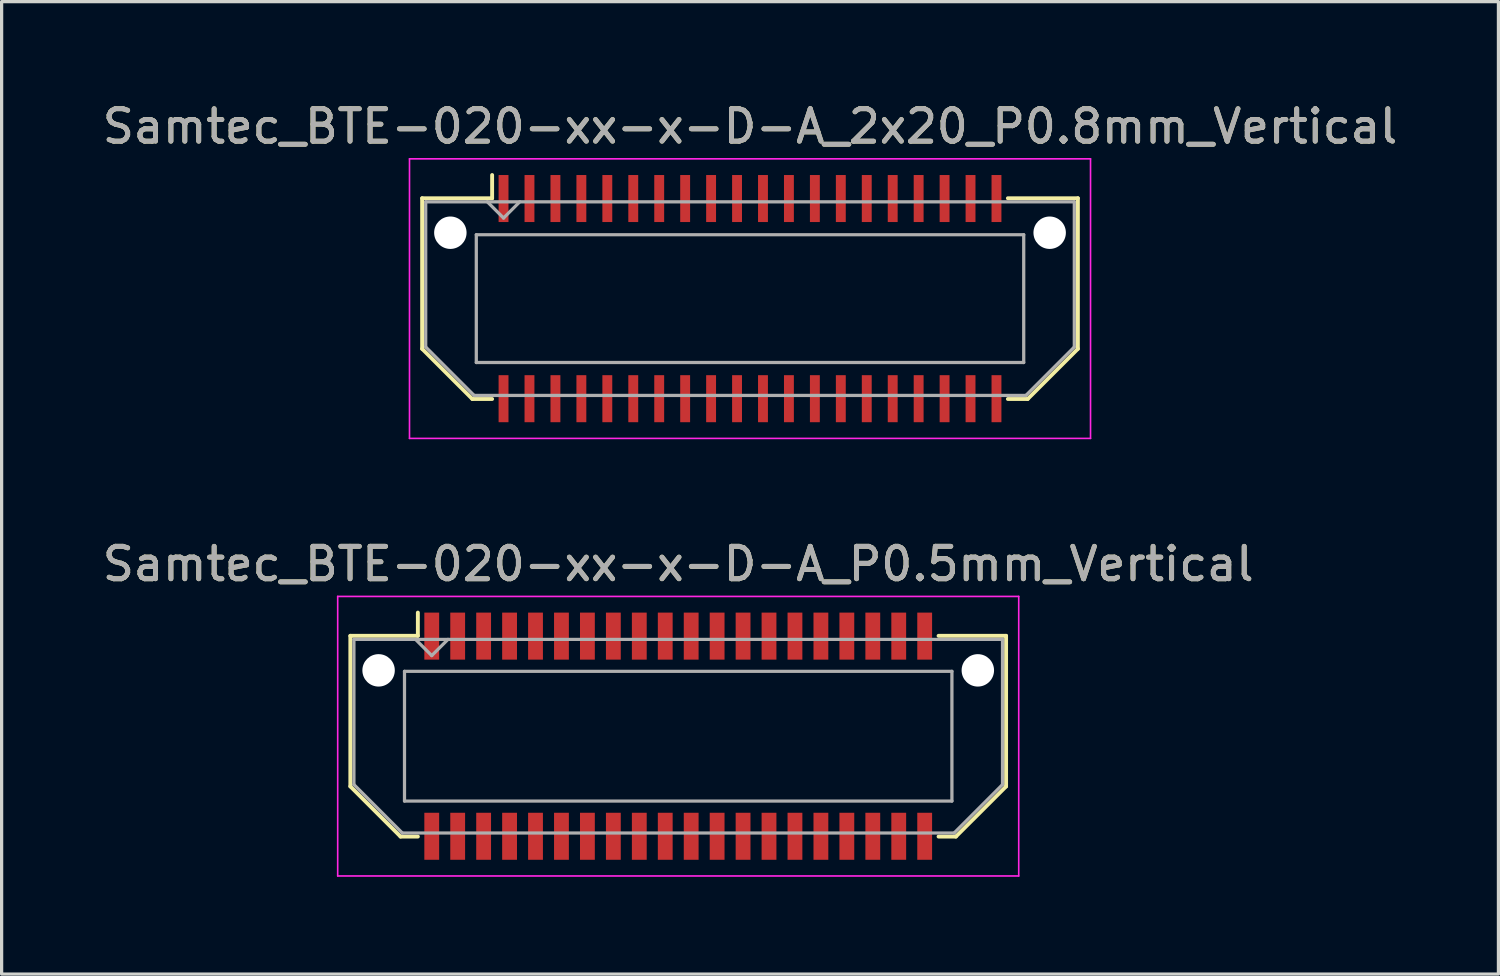
<source format=kicad_pcb>
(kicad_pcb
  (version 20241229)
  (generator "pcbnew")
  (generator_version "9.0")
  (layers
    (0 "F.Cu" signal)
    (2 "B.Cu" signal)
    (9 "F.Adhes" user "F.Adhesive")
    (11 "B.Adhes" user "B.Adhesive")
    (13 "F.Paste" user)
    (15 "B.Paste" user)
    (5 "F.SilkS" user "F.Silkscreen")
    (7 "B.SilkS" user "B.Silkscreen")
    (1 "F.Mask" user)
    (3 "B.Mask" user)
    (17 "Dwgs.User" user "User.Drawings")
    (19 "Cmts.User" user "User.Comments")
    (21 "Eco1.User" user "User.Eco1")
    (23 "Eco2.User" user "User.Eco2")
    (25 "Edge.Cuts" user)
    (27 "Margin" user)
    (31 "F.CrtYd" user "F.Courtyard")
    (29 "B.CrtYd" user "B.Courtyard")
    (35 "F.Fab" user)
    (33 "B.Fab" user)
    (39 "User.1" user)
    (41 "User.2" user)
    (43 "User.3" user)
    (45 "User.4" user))
  (footprint "Samtec_BTE-020-xx-x-D-A_2x20_P0.8mm_Vertical"
    (layer "F.Cu")
    (at 20.077 6.158)
    (property "Reference" "Samtec_BTE-020-xx-x-D-A_2x20_P0.8mm_Vertical" (at 0 -5.31 0) (layer "F.SilkS") (effects (font (size 1 1) (thickness 0.15))))
    (attr smd)
    (fp_line (start -10.11 -3.095) (end -10.11 1.548) (stroke (width 0.12) (type solid)) (layer "F.SilkS"))
    (fp_line (start -10.11 1.548) (end -8.562 3.095) (stroke (width 0.12) (type solid)) (layer "F.SilkS"))
    (fp_line (start -8.562 3.095) (end -7.952 3.095) (stroke (width 0.12) (type solid)) (layer "F.SilkS"))
    (fp_line (start -7.952 -3.811) (end -7.952 -3.095) (stroke (width 0.12) (type solid)) (layer "F.SilkS"))
    (fp_line (start -7.952 -3.095) (end -10.11 -3.095) (stroke (width 0.12) (type solid)) (layer "F.SilkS"))
    (fp_line (start 7.952 -3.095) (end 10.11 -3.095) (stroke (width 0.12) (type solid)) (layer "F.SilkS"))
    (fp_line (start 8.562 3.095) (end 7.952 3.095) (stroke (width 0.12) (type solid)) (layer "F.SilkS"))
    (fp_line (start 10.11 -3.095) (end 10.11 1.548) (stroke (width 0.12) (type solid)) (layer "F.SilkS"))
    (fp_line (start 10.11 1.548) (end 8.562 3.095) (stroke (width 0.12) (type solid)) (layer "F.SilkS"))
    (fp_line (start -10.5 -4.31) (end -10.5 4.31) (stroke (width 0.05) (type solid)) (layer "F.CrtYd"))
    (fp_line (start -10.5 4.31) (end 10.5 4.31) (stroke (width 0.05) (type solid)) (layer "F.CrtYd"))
    (fp_line (start 10.5 -4.31) (end -10.5 -4.31) (stroke (width 0.05) (type solid)) (layer "F.CrtYd"))
    (fp_line (start 10.5 4.31) (end 10.5 -4.31) (stroke (width 0.05) (type solid)) (layer "F.CrtYd"))
    (fp_line (start -10 -2.985) (end -10 1.492) (stroke (width 0.1) (type solid)) (layer "F.Fab"))
    (fp_line (start -10 -2.985) (end 10 -2.985) (stroke (width 0.1) (type solid)) (layer "F.Fab"))
    (fp_line (start -10 1.492) (end -8.508 2.985) (stroke (width 0.1) (type solid)) (layer "F.Fab"))
    (fp_line (start -8.508 2.985) (end 8.508 2.985) (stroke (width 0.1) (type solid)) (layer "F.Fab"))
    (fp_line (start -8.44 -1.97) (end -8.44 1.97) (stroke (width 0.1) (type solid)) (layer "F.Fab"))
    (fp_line (start -8.44 1.97) (end 8.44 1.97) (stroke (width 0.1) (type solid)) (layer "F.Fab"))
    (fp_line (start -7.6 -2.485) (end -8.1 -2.985) (stroke (width 0.1) (type solid)) (layer "F.Fab"))
    (fp_line (start -7.1 -2.985) (end -7.6 -2.485) (stroke (width 0.1) (type solid)) (layer "F.Fab"))
    (fp_line (start 8.44 -1.97) (end -8.44 -1.97) (stroke (width 0.1) (type solid)) (layer "F.Fab"))
    (fp_line (start 8.44 1.97) (end 8.44 -1.97) (stroke (width 0.1) (type solid)) (layer "F.Fab"))
    (fp_line (start 10 -2.985) (end 10 1.492) (stroke (width 0.1) (type solid)) (layer "F.Fab"))
    (fp_line (start 10 1.492) (end 8.508 2.985) (stroke (width 0.1) (type solid)) (layer "F.Fab"))
    (fp_text user "${REFERENCE}" (at 0 -5.31 0) (layer "F.Fab") (effects (font (size 1 1) (thickness 0.15))))
    (pad "" np_thru_hole circle (at -9.24 -2.032) (size 1 1) (drill 1) (layers "*.Cu" "*.Mask"))
    (pad "" np_thru_hole circle (at 9.24 -2.032) (size 1 1) (drill 1) (layers "*.Cu" "*.Mask"))
    (pad "1" smd rect (at -7.6 -3.086) (size 0.305 1.45) (layers "F.Cu" "F.Mask" "F.Paste"))
    (pad "2" smd rect (at -7.6 3.086) (size 0.305 1.45) (layers "F.Cu" "F.Mask" "F.Paste"))
    (pad "3" smd rect (at -6.8 -3.086) (size 0.305 1.45) (layers "F.Cu" "F.Mask" "F.Paste"))
    (pad "4" smd rect (at -6.8 3.086) (size 0.305 1.45) (layers "F.Cu" "F.Mask" "F.Paste"))
    (pad "5" smd rect (at -6 -3.086) (size 0.305 1.45) (layers "F.Cu" "F.Mask" "F.Paste"))
    (pad "6" smd rect (at -6 3.086) (size 0.305 1.45) (layers "F.Cu" "F.Mask" "F.Paste"))
    (pad "7" smd rect (at -5.2 -3.086) (size 0.305 1.45) (layers "F.Cu" "F.Mask" "F.Paste"))
    (pad "8" smd rect (at -5.2 3.086) (size 0.305 1.45) (layers "F.Cu" "F.Mask" "F.Paste"))
    (pad "9" smd rect (at -4.4 -3.086) (size 0.305 1.45) (layers "F.Cu" "F.Mask" "F.Paste"))
    (pad "10" smd rect (at -4.4 3.086) (size 0.305 1.45) (layers "F.Cu" "F.Mask" "F.Paste"))
    (pad "11" smd rect (at -3.6 -3.086) (size 0.305 1.45) (layers "F.Cu" "F.Mask" "F.Paste"))
    (pad "12" smd rect (at -3.6 3.086) (size 0.305 1.45) (layers "F.Cu" "F.Mask" "F.Paste"))
    (pad "13" smd rect (at -2.8 -3.086) (size 0.305 1.45) (layers "F.Cu" "F.Mask" "F.Paste"))
    (pad "14" smd rect (at -2.8 3.086) (size 0.305 1.45) (layers "F.Cu" "F.Mask" "F.Paste"))
    (pad "15" smd rect (at -2 -3.086) (size 0.305 1.45) (layers "F.Cu" "F.Mask" "F.Paste"))
    (pad "16" smd rect (at -2 3.086) (size 0.305 1.45) (layers "F.Cu" "F.Mask" "F.Paste"))
    (pad "17" smd rect (at -1.2 -3.086) (size 0.305 1.45) (layers "F.Cu" "F.Mask" "F.Paste"))
    (pad "18" smd rect (at -1.2 3.086) (size 0.305 1.45) (layers "F.Cu" "F.Mask" "F.Paste"))
    (pad "19" smd rect (at -0.4 -3.086) (size 0.305 1.45) (layers "F.Cu" "F.Mask" "F.Paste"))
    (pad "20" smd rect (at -0.4 3.086) (size 0.305 1.45) (layers "F.Cu" "F.Mask" "F.Paste"))
    (pad "21" smd rect (at 0.4 -3.086) (size 0.305 1.45) (layers "F.Cu" "F.Mask" "F.Paste"))
    (pad "22" smd rect (at 0.4 3.086) (size 0.305 1.45) (layers "F.Cu" "F.Mask" "F.Paste"))
    (pad "23" smd rect (at 1.2 -3.086) (size 0.305 1.45) (layers "F.Cu" "F.Mask" "F.Paste"))
    (pad "24" smd rect (at 1.2 3.086) (size 0.305 1.45) (layers "F.Cu" "F.Mask" "F.Paste"))
    (pad "25" smd rect (at 2 -3.086) (size 0.305 1.45) (layers "F.Cu" "F.Mask" "F.Paste"))
    (pad "26" smd rect (at 2 3.086) (size 0.305 1.45) (layers "F.Cu" "F.Mask" "F.Paste"))
    (pad "27" smd rect (at 2.8 -3.086) (size 0.305 1.45) (layers "F.Cu" "F.Mask" "F.Paste"))
    (pad "28" smd rect (at 2.8 3.086) (size 0.305 1.45) (layers "F.Cu" "F.Mask" "F.Paste"))
    (pad "29" smd rect (at 3.6 -3.086) (size 0.305 1.45) (layers "F.Cu" "F.Mask" "F.Paste"))
    (pad "30" smd rect (at 3.6 3.086) (size 0.305 1.45) (layers "F.Cu" "F.Mask" "F.Paste"))
    (pad "31" smd rect (at 4.4 -3.086) (size 0.305 1.45) (layers "F.Cu" "F.Mask" "F.Paste"))
    (pad "32" smd rect (at 4.4 3.086) (size 0.305 1.45) (layers "F.Cu" "F.Mask" "F.Paste"))
    (pad "33" smd rect (at 5.2 -3.086) (size 0.305 1.45) (layers "F.Cu" "F.Mask" "F.Paste"))
    (pad "34" smd rect (at 5.2 3.086) (size 0.305 1.45) (layers "F.Cu" "F.Mask" "F.Paste"))
    (pad "35" smd rect (at 6 -3.086) (size 0.305 1.45) (layers "F.Cu" "F.Mask" "F.Paste"))
    (pad "36" smd rect (at 6 3.086) (size 0.305 1.45) (layers "F.Cu" "F.Mask" "F.Paste"))
    (pad "37" smd rect (at 6.8 -3.086) (size 0.305 1.45) (layers "F.Cu" "F.Mask" "F.Paste"))
    (pad "38" smd rect (at 6.8 3.086) (size 0.305 1.45) (layers "F.Cu" "F.Mask" "F.Paste"))
    (pad "39" smd rect (at 7.6 -3.086) (size 0.305 1.45) (layers "F.Cu" "F.Mask" "F.Paste"))
    (pad "40" smd rect (at 7.6 3.086) (size 0.305 1.45) (layers "F.Cu" "F.Mask" "F.Paste")))
  (footprint "Samtec_BTE-020-xx-x-D-A_P0.5mm_Vertical"
    (layer "F.Cu")
    (at 17.863 19.651)
    (property "Reference" "Samtec_BTE-020-xx-x-D-A_P0.5mm_Vertical" (at 0 -5.31 0) (layer "F.SilkS") (effects (font (size 1 1) (thickness 0.15))))
    (attr smd)
    (fp_line (start -10.11 -3.095) (end -10.11 1.548) (stroke (width 0.12) (type solid)) (layer "F.SilkS"))
    (fp_line (start -10.11 1.548) (end -8.562 3.095) (stroke (width 0.12) (type solid)) (layer "F.SilkS"))
    (fp_line (start -8.562 3.095) (end -8.028 3.095) (stroke (width 0.12) (type solid)) (layer "F.SilkS"))
    (fp_line (start -8.028 -3.811) (end -8.028 -3.095) (stroke (width 0.12) (type solid)) (layer "F.SilkS"))
    (fp_line (start -8.028 -3.095) (end -10.11 -3.095) (stroke (width 0.12) (type solid)) (layer "F.SilkS"))
    (fp_line (start 8.028 -3.095) (end 10.11 -3.095) (stroke (width 0.12) (type solid)) (layer "F.SilkS"))
    (fp_line (start 8.562 3.095) (end 8.028 3.095) (stroke (width 0.12) (type solid)) (layer "F.SilkS"))
    (fp_line (start 10.11 -3.095) (end 10.11 1.548) (stroke (width 0.12) (type solid)) (layer "F.SilkS"))
    (fp_line (start 10.11 1.548) (end 8.562 3.095) (stroke (width 0.12) (type solid)) (layer "F.SilkS"))
    (fp_line (start -10.5 -4.31) (end -10.5 4.31) (stroke (width 0.05) (type solid)) (layer "F.CrtYd"))
    (fp_line (start -10.5 4.31) (end 10.5 4.31) (stroke (width 0.05) (type solid)) (layer "F.CrtYd"))
    (fp_line (start 10.5 -4.31) (end -10.5 -4.31) (stroke (width 0.05) (type solid)) (layer "F.CrtYd"))
    (fp_line (start 10.5 4.31) (end 10.5 -4.31) (stroke (width 0.05) (type solid)) (layer "F.CrtYd"))
    (fp_line (start -10 -2.985) (end -10 1.492) (stroke (width 0.1) (type solid)) (layer "F.Fab"))
    (fp_line (start -10 -2.985) (end 10 -2.985) (stroke (width 0.1) (type solid)) (layer "F.Fab"))
    (fp_line (start -10 1.492) (end -8.508 2.985) (stroke (width 0.1) (type solid)) (layer "F.Fab"))
    (fp_line (start -8.508 2.985) (end 8.508 2.985) (stroke (width 0.1) (type solid)) (layer "F.Fab"))
    (fp_line (start -8.44 -2) (end -8.44 2) (stroke (width 0.1) (type solid)) (layer "F.Fab"))
    (fp_line (start -8.44 2) (end 8.44 2) (stroke (width 0.1) (type solid)) (layer "F.Fab"))
    (fp_line (start -7.6 -2.485) (end -8.1 -2.985) (stroke (width 0.1) (type solid)) (layer "F.Fab"))
    (fp_line (start -7.1 -2.985) (end -7.6 -2.485) (stroke (width 0.1) (type solid)) (layer "F.Fab"))
    (fp_line (start 8.44 -2) (end -8.44 -2) (stroke (width 0.1) (type solid)) (layer "F.Fab"))
    (fp_line (start 8.44 2) (end 8.44 -2) (stroke (width 0.1) (type solid)) (layer "F.Fab"))
    (fp_line (start 10 -2.985) (end 10 1.492) (stroke (width 0.1) (type solid)) (layer "F.Fab"))
    (fp_line (start 10 1.492) (end 8.508 2.985) (stroke (width 0.1) (type solid)) (layer "F.Fab"))
    (fp_text user "${REFERENCE}" (at 0 -5.31 0) (layer "F.Fab") (effects (font (size 1 1) (thickness 0.15))))
    (pad "" np_thru_hole circle (at -9.239 -2.03) (size 1 1) (drill 1) (layers "*.Cu" "*.Mask"))
    (pad "" np_thru_hole circle (at 9.239 -2.03) (size 1 1) (drill 1) (layers "*.Cu" "*.Mask"))
    (pad "1" smd rect (at -7.6 -3.086) (size 0.457 1.45) (layers "F.Cu" "F.Mask" "F.Paste"))
    (pad "2" smd rect (at -7.6 3.086) (size 0.457 1.45) (layers "F.Cu" "F.Mask" "F.Paste"))
    (pad "3" smd rect (at -6.8 -3.086) (size 0.457 1.45) (layers "F.Cu" "F.Mask" "F.Paste"))
    (pad "4" smd rect (at -6.8 3.086) (size 0.457 1.45) (layers "F.Cu" "F.Mask" "F.Paste"))
    (pad "5" smd rect (at -6 -3.086) (size 0.457 1.45) (layers "F.Cu" "F.Mask" "F.Paste"))
    (pad "6" smd rect (at -6 3.086) (size 0.457 1.45) (layers "F.Cu" "F.Mask" "F.Paste"))
    (pad "7" smd rect (at -5.2 -3.086) (size 0.457 1.45) (layers "F.Cu" "F.Mask" "F.Paste"))
    (pad "8" smd rect (at -5.2 3.086) (size 0.457 1.45) (layers "F.Cu" "F.Mask" "F.Paste"))
    (pad "9" smd rect (at -4.4 -3.086) (size 0.457 1.45) (layers "F.Cu" "F.Mask" "F.Paste"))
    (pad "10" smd rect (at -4.4 3.086) (size 0.457 1.45) (layers "F.Cu" "F.Mask" "F.Paste"))
    (pad "11" smd rect (at -3.6 -3.086) (size 0.457 1.45) (layers "F.Cu" "F.Mask" "F.Paste"))
    (pad "12" smd rect (at -3.6 3.086) (size 0.457 1.45) (layers "F.Cu" "F.Mask" "F.Paste"))
    (pad "13" smd rect (at -2.8 -3.086) (size 0.457 1.45) (layers "F.Cu" "F.Mask" "F.Paste"))
    (pad "14" smd rect (at -2.8 3.086) (size 0.457 1.45) (layers "F.Cu" "F.Mask" "F.Paste"))
    (pad "15" smd rect (at -2 -3.086) (size 0.457 1.45) (layers "F.Cu" "F.Mask" "F.Paste"))
    (pad "16" smd rect (at -2 3.086) (size 0.457 1.45) (layers "F.Cu" "F.Mask" "F.Paste"))
    (pad "17" smd rect (at -1.2 -3.086) (size 0.457 1.45) (layers "F.Cu" "F.Mask" "F.Paste"))
    (pad "18" smd rect (at -1.2 3.086) (size 0.457 1.45) (layers "F.Cu" "F.Mask" "F.Paste"))
    (pad "19" smd rect (at -0.4 -3.086) (size 0.457 1.45) (layers "F.Cu" "F.Mask" "F.Paste"))
    (pad "20" smd rect (at -0.4 3.086) (size 0.457 1.45) (layers "F.Cu" "F.Mask" "F.Paste"))
    (pad "21" smd rect (at 0.4 -3.086) (size 0.457 1.45) (layers "F.Cu" "F.Mask" "F.Paste"))
    (pad "22" smd rect (at 0.4 3.086) (size 0.457 1.45) (layers "F.Cu" "F.Mask" "F.Paste"))
    (pad "23" smd rect (at 1.2 -3.086) (size 0.457 1.45) (layers "F.Cu" "F.Mask" "F.Paste"))
    (pad "24" smd rect (at 1.2 3.086) (size 0.457 1.45) (layers "F.Cu" "F.Mask" "F.Paste"))
    (pad "25" smd rect (at 2 -3.086) (size 0.457 1.45) (layers "F.Cu" "F.Mask" "F.Paste"))
    (pad "26" smd rect (at 2 3.086) (size 0.457 1.45) (layers "F.Cu" "F.Mask" "F.Paste"))
    (pad "27" smd rect (at 2.8 -3.086) (size 0.457 1.45) (layers "F.Cu" "F.Mask" "F.Paste"))
    (pad "28" smd rect (at 2.8 3.086) (size 0.457 1.45) (layers "F.Cu" "F.Mask" "F.Paste"))
    (pad "29" smd rect (at 3.6 -3.086) (size 0.457 1.45) (layers "F.Cu" "F.Mask" "F.Paste"))
    (pad "30" smd rect (at 3.6 3.086) (size 0.457 1.45) (layers "F.Cu" "F.Mask" "F.Paste"))
    (pad "31" smd rect (at 4.4 -3.086) (size 0.457 1.45) (layers "F.Cu" "F.Mask" "F.Paste"))
    (pad "32" smd rect (at 4.4 3.086) (size 0.457 1.45) (layers "F.Cu" "F.Mask" "F.Paste"))
    (pad "33" smd rect (at 5.2 -3.086) (size 0.457 1.45) (layers "F.Cu" "F.Mask" "F.Paste"))
    (pad "34" smd rect (at 5.2 3.086) (size 0.457 1.45) (layers "F.Cu" "F.Mask" "F.Paste"))
    (pad "35" smd rect (at 6 -3.086) (size 0.457 1.45) (layers "F.Cu" "F.Mask" "F.Paste"))
    (pad "36" smd rect (at 6 3.086) (size 0.457 1.45) (layers "F.Cu" "F.Mask" "F.Paste"))
    (pad "37" smd rect (at 6.8 -3.086) (size 0.457 1.45) (layers "F.Cu" "F.Mask" "F.Paste"))
    (pad "38" smd rect (at 6.8 3.086) (size 0.457 1.45) (layers "F.Cu" "F.Mask" "F.Paste"))
    (pad "39" smd rect (at 7.6 -3.086) (size 0.457 1.45) (layers "F.Cu" "F.Mask" "F.Paste"))
    (pad "40" smd rect (at 7.6 3.086) (size 0.457 1.45) (layers "F.Cu" "F.Mask" "F.Paste")))
  (gr_rect
    (start -3 -3)
    (end 43.155 26.986)
    (stroke (width 0.1) (type default))
    (fill no)
    (layer "Edge.Cuts")))
</source>
